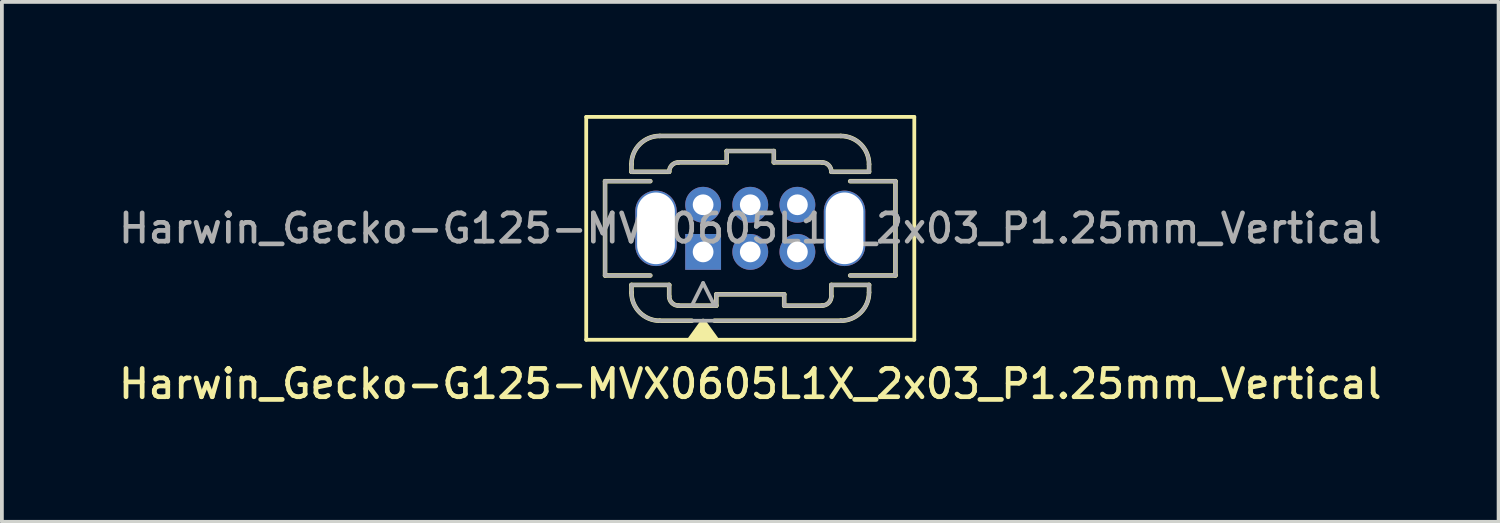
<source format=kicad_pcb>
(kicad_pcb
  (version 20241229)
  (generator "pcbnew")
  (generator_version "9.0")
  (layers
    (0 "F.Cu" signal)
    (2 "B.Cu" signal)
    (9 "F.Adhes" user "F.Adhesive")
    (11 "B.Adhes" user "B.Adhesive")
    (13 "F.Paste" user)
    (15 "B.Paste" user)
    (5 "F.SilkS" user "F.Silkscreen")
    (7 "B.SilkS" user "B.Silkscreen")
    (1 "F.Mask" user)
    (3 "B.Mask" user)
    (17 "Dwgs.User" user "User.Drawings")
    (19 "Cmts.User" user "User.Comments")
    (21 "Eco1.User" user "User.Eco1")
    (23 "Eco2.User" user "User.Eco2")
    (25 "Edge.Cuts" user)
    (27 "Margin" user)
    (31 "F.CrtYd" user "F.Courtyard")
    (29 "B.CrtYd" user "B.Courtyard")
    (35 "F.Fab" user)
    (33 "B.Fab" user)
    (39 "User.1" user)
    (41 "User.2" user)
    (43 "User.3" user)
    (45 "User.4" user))
  (footprint "Harwin_Gecko-G125-MVX0605L1X_2x03_P1.25mm_Vertical"
    (layer "F.Cu")
    (at 15.595 3.63)
    (property "Reference" "Harwin_Gecko-G125-MVX0605L1X_2x03_P1.25mm_Vertical" (at 1.25 3.5 0) (layer "F.SilkS") (effects (font (size 0.75 0.75) (thickness 0.125))))
    (attr through_hole)
    (fp_line (start -3.1 -3.58) (end -3.1 2.33) (stroke (width 0.1) (type solid)) (layer "F.SilkS"))
    (fp_line (start -3.1 2.33) (end 5.6 2.33) (stroke (width 0.1) (type solid)) (layer "F.SilkS"))
    (fp_line (start -2.6 -1.875) (end -2.6 0.625) (stroke (width 0.12) (type solid)) (layer "F.SilkS"))
    (fp_line (start -2.6 0.625) (end -1.4 0.625) (stroke (width 0.12) (type solid)) (layer "F.SilkS"))
    (fp_line (start -1.9 -2.325) (end -1.9 -2.125) (stroke (width 0.12) (type solid)) (layer "F.SilkS"))
    (fp_line (start -1.9 -2.125) (end -0.9 -2.125) (stroke (width 0.12) (type solid)) (layer "F.SilkS"))
    (fp_line (start -1.9 0.875) (end -0.9 0.875) (stroke (width 0.12) (type solid)) (layer "F.SilkS"))
    (fp_line (start -1.9 1.075) (end -1.9 0.875) (stroke (width 0.12) (type solid)) (layer "F.SilkS"))
    (fp_line (start -1.4 -1.875) (end -2.6 -1.875) (stroke (width 0.12) (type solid)) (layer "F.SilkS"))
    (fp_line (start -1.15 -3.075) (end 3.65 -3.075) (stroke (width 0.12) (type solid)) (layer "F.SilkS"))
    (fp_line (start -1.15 1.825) (end -0.3 1.825) (stroke (width 0.12) (type solid)) (layer "F.SilkS"))
    (fp_line (start -0.9 1.175) (end -0.9 0.875) (stroke (width 0.12) (type solid)) (layer "F.SilkS"))
    (fp_line (start -0.65 -2.375) (end 0.625 -2.375) (stroke (width 0.12) (type solid)) (layer "F.SilkS"))
    (fp_line (start -0.65 1.425) (end 0.35 1.425) (stroke (width 0.12) (type solid)) (layer "F.SilkS"))
    (fp_line (start 0.3 1.825) (end 3.65 1.825) (stroke (width 0.12) (type solid)) (layer "F.SilkS"))
    (fp_line (start 0.35 1.125) (end 2.15 1.125) (stroke (width 0.12) (type solid)) (layer "F.SilkS"))
    (fp_line (start 0.35 1.425) (end 0.35 1.125) (stroke (width 0.12) (type solid)) (layer "F.SilkS"))
    (fp_line (start 0.625 -2.675) (end 1.875 -2.675) (stroke (width 0.12) (type solid)) (layer "F.SilkS"))
    (fp_line (start 0.625 -2.375) (end 0.625 -2.675) (stroke (width 0.12) (type solid)) (layer "F.SilkS"))
    (fp_line (start 1.875 -2.675) (end 1.875 -2.375) (stroke (width 0.12) (type solid)) (layer "F.SilkS"))
    (fp_line (start 1.875 -2.375) (end 3.15 -2.375) (stroke (width 0.12) (type solid)) (layer "F.SilkS"))
    (fp_line (start 2.15 1.125) (end 2.15 1.425) (stroke (width 0.12) (type solid)) (layer "F.SilkS"))
    (fp_line (start 2.15 1.425) (end 3.15 1.425) (stroke (width 0.12) (type solid)) (layer "F.SilkS"))
    (fp_line (start 3.4 1.175) (end 3.4 0.875) (stroke (width 0.12) (type solid)) (layer "F.SilkS"))
    (fp_line (start 3.9 -1.875) (end 5.1 -1.875) (stroke (width 0.12) (type solid)) (layer "F.SilkS"))
    (fp_line (start 4.4 -2.325) (end 4.4 -2.125) (stroke (width 0.12) (type solid)) (layer "F.SilkS"))
    (fp_line (start 4.4 -2.125) (end 3.4 -2.125) (stroke (width 0.12) (type solid)) (layer "F.SilkS"))
    (fp_line (start 4.4 0.875) (end 3.4 0.875) (stroke (width 0.12) (type solid)) (layer "F.SilkS"))
    (fp_line (start 4.4 1.075) (end 4.4 0.875) (stroke (width 0.12) (type solid)) (layer "F.SilkS"))
    (fp_line (start 5.1 -1.875) (end 5.1 0.625) (stroke (width 0.12) (type solid)) (layer "F.SilkS"))
    (fp_line (start 5.1 0.625) (end 3.9 0.625) (stroke (width 0.12) (type solid)) (layer "F.SilkS"))
    (fp_line (start 5.6 -3.58) (end -3.1 -3.58) (stroke (width 0.1) (type solid)) (layer "F.SilkS"))
    (fp_line (start 5.6 -3.58) (end 5.6 2.33) (stroke (width 0.1) (type solid)) (layer "F.SilkS"))
    (fp_arc (start -1.9 -2.325) (mid -1.68033 -2.85533) (end -1.15 -3.075) (stroke (width 0.12) (type solid)) (layer "F.SilkS"))
    (fp_arc (start -1.15 1.825) (mid -1.68033 1.60533) (end -1.9 1.075) (stroke (width 0.12) (type solid)) (layer "F.SilkS"))
    (fp_arc (start -0.9 -2.125) (mid -0.826777 -2.301777) (end -0.65 -2.375) (stroke (width 0.12) (type solid)) (layer "F.SilkS"))
    (fp_arc (start -0.65 1.425) (mid -0.826777 1.351777) (end -0.9 1.175) (stroke (width 0.12) (type solid)) (layer "F.SilkS"))
    (fp_arc (start 3.15 -2.375) (mid 3.326777 -2.301777) (end 3.4 -2.125) (stroke (width 0.12) (type solid)) (layer "F.SilkS"))
    (fp_arc (start 3.4 1.175) (mid 3.326777 1.351777) (end 3.15 1.425) (stroke (width 0.12) (type solid)) (layer "F.SilkS"))
    (fp_arc (start 3.65 -3.075) (mid 4.18033 -2.85533) (end 4.4 -2.325) (stroke (width 0.12) (type solid)) (layer "F.SilkS"))
    (fp_arc (start 4.4 1.075) (mid 4.18033 1.60533) (end 3.65 1.825) (stroke (width 0.12) (type solid)) (layer "F.SilkS"))
    (fp_poly (pts (xy 0 1.83) (xy -0.34 2.3) (xy 0.34 2.3) (xy 0 1.83)) (stroke (width 0.12) (type solid)) (fill yes) (layer "F.SilkS"))
    (fp_line (start -2.6 -1.875) (end -2.6 0.625) (stroke (width 0.1) (type solid)) (layer "F.Fab"))
    (fp_line (start -2.6 0.625) (end -1.4 0.625) (stroke (width 0.1) (type solid)) (layer "F.Fab"))
    (fp_line (start -1.9 -2.325) (end -1.9 -2.125) (stroke (width 0.1) (type solid)) (layer "F.Fab"))
    (fp_line (start -1.9 -2.125) (end -0.9 -2.125) (stroke (width 0.1) (type solid)) (layer "F.Fab"))
    (fp_line (start -1.9 0.875) (end -0.9 0.875) (stroke (width 0.1) (type solid)) (layer "F.Fab"))
    (fp_line (start -1.9 1.075) (end -1.9 0.875) (stroke (width 0.1) (type solid)) (layer "F.Fab"))
    (fp_line (start -1.4 -1.875) (end -2.6 -1.875) (stroke (width 0.1) (type solid)) (layer "F.Fab"))
    (fp_line (start -1.15 -3.075) (end 3.65 -3.075) (stroke (width 0.1) (type solid)) (layer "F.Fab"))
    (fp_line (start -1.15 1.825) (end 3.65 1.825) (stroke (width 0.1) (type solid)) (layer "F.Fab"))
    (fp_line (start -0.9 1.175) (end -0.9 0.875) (stroke (width 0.1) (type solid)) (layer "F.Fab"))
    (fp_line (start -0.65 -2.375) (end 0.625 -2.375) (stroke (width 0.1) (type solid)) (layer "F.Fab"))
    (fp_line (start -0.65 1.425) (end 0.35 1.425) (stroke (width 0.1) (type solid)) (layer "F.Fab"))
    (fp_line (start 0 0.825) (end -0.3 1.425) (stroke (width 0.1) (type solid)) (layer "F.Fab"))
    (fp_line (start 0.3 1.425) (end 0 0.825) (stroke (width 0.1) (type solid)) (layer "F.Fab"))
    (fp_line (start 0.35 1.125) (end 2.15 1.125) (stroke (width 0.1) (type solid)) (layer "F.Fab"))
    (fp_line (start 0.35 1.425) (end 0.35 1.125) (stroke (width 0.1) (type solid)) (layer "F.Fab"))
    (fp_line (start 0.625 -2.675) (end 1.875 -2.675) (stroke (width 0.1) (type solid)) (layer "F.Fab"))
    (fp_line (start 0.625 -2.375) (end 0.625 -2.675) (stroke (width 0.1) (type solid)) (layer "F.Fab"))
    (fp_line (start 1.875 -2.675) (end 1.875 -2.375) (stroke (width 0.1) (type solid)) (layer "F.Fab"))
    (fp_line (start 1.875 -2.375) (end 3.15 -2.375) (stroke (width 0.1) (type solid)) (layer "F.Fab"))
    (fp_line (start 2.15 1.125) (end 2.15 1.425) (stroke (width 0.1) (type solid)) (layer "F.Fab"))
    (fp_line (start 2.15 1.425) (end 3.15 1.425) (stroke (width 0.1) (type solid)) (layer "F.Fab"))
    (fp_line (start 3.4 1.175) (end 3.4 0.875) (stroke (width 0.1) (type solid)) (layer "F.Fab"))
    (fp_line (start 3.9 -1.875) (end 5.1 -1.875) (stroke (width 0.1) (type solid)) (layer "F.Fab"))
    (fp_line (start 4.4 -2.325) (end 4.4 -2.125) (stroke (width 0.1) (type solid)) (layer "F.Fab"))
    (fp_line (start 4.4 -2.125) (end 3.4 -2.125) (stroke (width 0.1) (type solid)) (layer "F.Fab"))
    (fp_line (start 4.4 0.875) (end 3.4 0.875) (stroke (width 0.1) (type solid)) (layer "F.Fab"))
    (fp_line (start 4.4 1.075) (end 4.4 0.875) (stroke (width 0.1) (type solid)) (layer "F.Fab"))
    (fp_line (start 5.1 -1.875) (end 5.1 0.625) (stroke (width 0.1) (type solid)) (layer "F.Fab"))
    (fp_line (start 5.1 0.625) (end 3.9 0.625) (stroke (width 0.1) (type solid)) (layer "F.Fab"))
    (fp_arc (start -1.9 -2.325) (mid -1.68033 -2.85533) (end -1.15 -3.075) (stroke (width 0.1) (type solid)) (layer "F.Fab"))
    (fp_arc (start -1.15 1.825) (mid -1.68033 1.60533) (end -1.9 1.075) (stroke (width 0.1) (type solid)) (layer "F.Fab"))
    (fp_arc (start -0.9 -2.125) (mid -0.826777 -2.301777) (end -0.65 -2.375) (stroke (width 0.1) (type solid)) (layer "F.Fab"))
    (fp_arc (start -0.65 1.425) (mid -0.826777 1.351777) (end -0.9 1.175) (stroke (width 0.1) (type solid)) (layer "F.Fab"))
    (fp_arc (start 3.15 -2.375) (mid 3.326777 -2.301777) (end 3.4 -2.125) (stroke (width 0.1) (type solid)) (layer "F.Fab"))
    (fp_arc (start 3.4 1.175) (mid 3.326777 1.351777) (end 3.15 1.425) (stroke (width 0.1) (type solid)) (layer "F.Fab"))
    (fp_arc (start 3.65 -3.075) (mid 4.18033 -2.85533) (end 4.4 -2.325) (stroke (width 0.1) (type solid)) (layer "F.Fab"))
    (fp_arc (start 4.4 1.075) (mid 4.18033 1.60533) (end 3.65 1.825) (stroke (width 0.1) (type solid)) (layer "F.Fab"))
    (fp_text user "${REFERENCE}" (at 1.25 -0.625 0) (layer "F.Fab") (effects (font (size 0.75 0.75) (thickness 0.125))))
    (pad "" np_thru_hole oval (at -1.25 -0.625) (size 1.1 2) (drill oval 1 1.9) (layers "*.Cu" "*.Mask"))
    (pad "" np_thru_hole oval (at 3.75 -0.625) (size 1.1 2) (drill oval 1 1.9) (layers "*.Cu" "*.Mask"))
    (pad "1" thru_hole rect (at 0 0) (size 0.95 0.95) (drill 0.55) (layers "*.Cu" "*.Mask"))
    (pad "2" thru_hole circle (at 1.25 0) (size 0.95 0.95) (drill 0.55) (layers "*.Cu" "*.Mask"))
    (pad "3" thru_hole circle (at 2.5 0) (size 0.95 0.95) (drill 0.55) (layers "*.Cu" "*.Mask"))
    (pad "4" thru_hole circle (at 0 -1.25) (size 0.95 0.95) (drill 0.55) (layers "*.Cu" "*.Mask"))
    (pad "5" thru_hole circle (at 1.25 -1.25) (size 0.95 0.95) (drill 0.55) (layers "*.Cu" "*.Mask"))
    (pad "6" thru_hole circle (at 2.5 -1.25) (size 0.95 0.95) (drill 0.55) (layers "*.Cu" "*.Mask")))
  (gr_rect
    (start -3 -3)
    (end 36.689 10.788)
    (stroke (width 0.1) (type default))
    (fill no)
    (layer "Edge.Cuts")))
</source>
